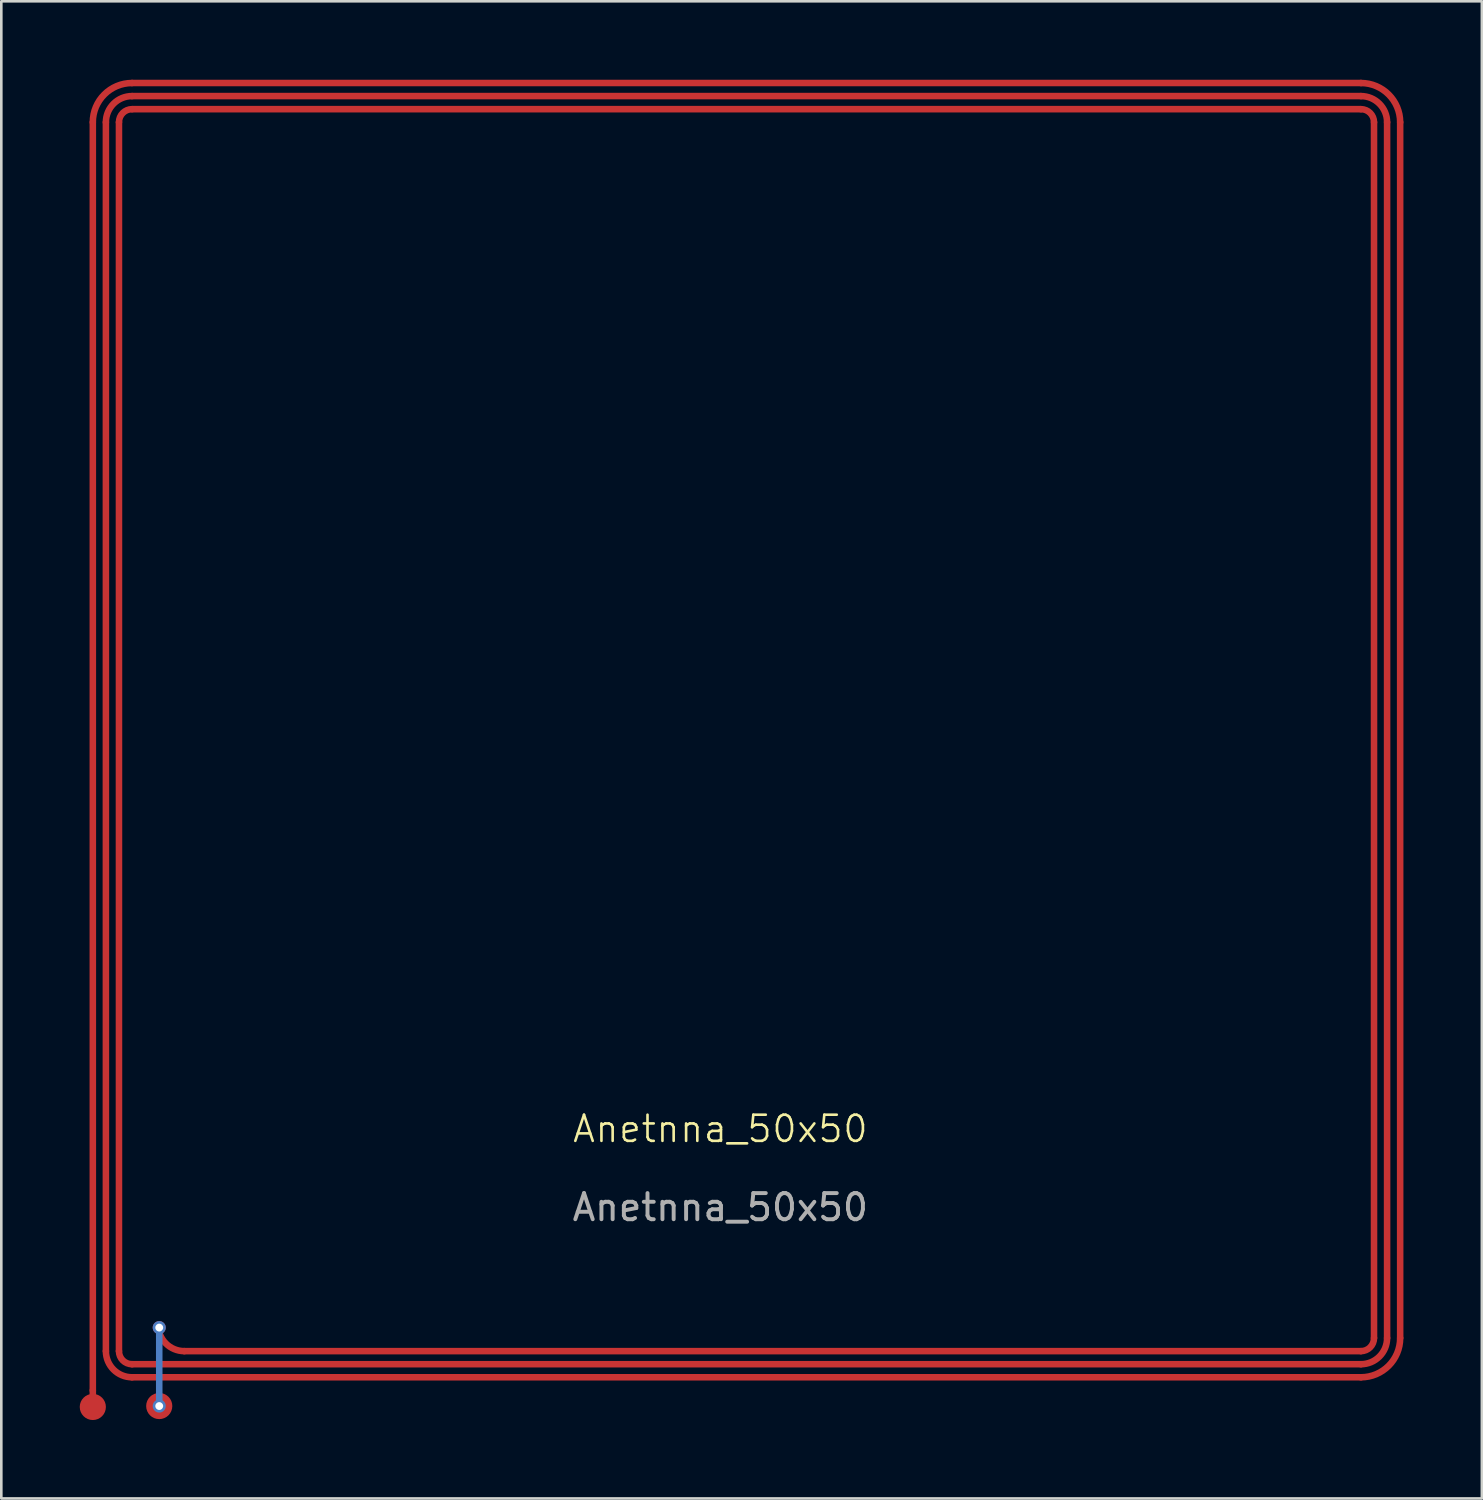
<source format=kicad_pcb>
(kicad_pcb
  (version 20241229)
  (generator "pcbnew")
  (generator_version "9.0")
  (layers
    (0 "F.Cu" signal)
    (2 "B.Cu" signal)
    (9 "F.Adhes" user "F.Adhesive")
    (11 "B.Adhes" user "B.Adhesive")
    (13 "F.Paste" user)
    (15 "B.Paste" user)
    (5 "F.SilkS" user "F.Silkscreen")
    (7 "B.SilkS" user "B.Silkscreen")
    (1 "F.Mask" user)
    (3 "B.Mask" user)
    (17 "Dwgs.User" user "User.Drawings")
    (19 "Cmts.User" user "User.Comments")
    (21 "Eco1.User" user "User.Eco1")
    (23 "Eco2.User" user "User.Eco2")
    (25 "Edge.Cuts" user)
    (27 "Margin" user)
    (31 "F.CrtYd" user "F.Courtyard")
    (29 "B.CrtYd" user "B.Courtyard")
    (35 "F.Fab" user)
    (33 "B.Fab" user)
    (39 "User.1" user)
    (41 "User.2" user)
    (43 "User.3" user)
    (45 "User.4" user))
  (footprint "Anetnna_50x50"
    (layer "F.Cu")
    (at 0.5 50.125)
    (property "Reference" "Anetnna_50x50" (at 24 -10 0) (unlocked yes) (layer "F.SilkS") (effects (font (size 1 1) (thickness 0.1))))
    (attr smd)
    (fp_line (start 0 0) (end 0 -48.5) (stroke (width 0.25) (type solid)) (layer "F.Cu"))
    (fp_line (start 0 0) (end 0 0.6) (stroke (width 0.25) (type solid)) (layer "F.Cu"))
    (fp_line (start 0.5 -1.5) (end 0.5 -48.5) (stroke (width 0.25) (type solid)) (layer "F.Cu"))
    (fp_line (start 1 -1.5) (end 1 -48.5) (stroke (width 0.25) (type solid)) (layer "F.Cu"))
    (fp_line (start 1.5 -50) (end 48.5 -50) (stroke (width 0.25) (type solid)) (layer "F.Cu"))
    (fp_line (start 1.5 -49.5) (end 48.5 -49.5) (stroke (width 0.25) (type solid)) (layer "F.Cu"))
    (fp_line (start 1.5 -49) (end 48.5 -49) (stroke (width 0.25) (type solid)) (layer "F.Cu"))
    (fp_line (start 48.5 -1.5) (end 3.5 -1.5) (stroke (width 0.25) (type solid)) (layer "F.Cu"))
    (fp_line (start 48.5 -1) (end 1.5 -1) (stroke (width 0.25) (type solid)) (layer "F.Cu"))
    (fp_line (start 48.5 -0.5) (end 1.5 -0.5) (stroke (width 0.25) (type solid)) (layer "F.Cu"))
    (fp_line (start 49 -48.5) (end 49 -2) (stroke (width 0.25) (type solid)) (layer "F.Cu"))
    (fp_line (start 49.5 -48.5) (end 49.5 -2) (stroke (width 0.25) (type solid)) (layer "F.Cu"))
    (fp_line (start 50 -48.5) (end 50 -2) (stroke (width 0.25) (type solid)) (layer "F.Cu"))
    (fp_arc (start 0 -48.5) (mid 0.43934 -49.56066) (end 1.5 -50) (stroke (width 0.25) (type solid)) (layer "F.Cu"))
    (fp_arc (start 0.5 -48.5) (mid 0.792893 -49.207107) (end 1.5 -49.5) (stroke (width 0.25) (type solid)) (layer "F.Cu"))
    (fp_arc (start 1 -48.5) (mid 1.146447 -48.853553) (end 1.5 -49) (stroke (width 0.25) (type solid)) (layer "F.Cu"))
    (fp_arc (start 1.5 -1) (mid 1.146447 -1.146447) (end 1 -1.5) (stroke (width 0.25) (type solid)) (layer "F.Cu"))
    (fp_arc (start 1.5 -0.5) (mid 0.792893 -0.792893) (end 0.5 -1.5) (stroke (width 0.25) (type solid)) (layer "F.Cu"))
    (fp_arc (start 3.5 -1.5) (mid 2.792893 -1.792893) (end 2.5 -2.5) (stroke (width 0.25) (type solid)) (layer "F.Cu"))
    (fp_arc (start 48.5 -50) (mid 49.56066 -49.56066) (end 50 -48.5) (stroke (width 0.25) (type solid)) (layer "F.Cu"))
    (fp_arc (start 48.5 -49.5) (mid 49.207107 -49.207107) (end 49.5 -48.5) (stroke (width 0.25) (type solid)) (layer "F.Cu"))
    (fp_arc (start 48.5 -49) (mid 48.853553 -48.853553) (end 49 -48.5) (stroke (width 0.25) (type solid)) (layer "F.Cu"))
    (fp_arc (start 49 -2) (mid 48.853553 -1.646447) (end 48.5 -1.5) (stroke (width 0.25) (type solid)) (layer "F.Cu"))
    (fp_arc (start 49.5 -2) (mid 49.207107 -1.292893) (end 48.5 -1) (stroke (width 0.25) (type solid)) (layer "F.Cu"))
    (fp_arc (start 50 -2) (mid 49.56066 -0.93934) (end 48.5 -0.5) (stroke (width 0.25) (type solid)) (layer "F.Cu"))
    (fp_line (start 2.54 -2.4) (end 2.54 0.6) (stroke (width 0.25) (type solid)) (layer "B.Cu"))
    (fp_text user "${REFERENCE}" (at 24 -7 0) (unlocked yes) (layer "F.Fab") (effects (font (size 1 1) (thickness 0.15))))
    (pad "1" smd circle (at 0 0.635) (size 1 1) (layers "F.Cu"))
    (pad "2" thru_hole circle (at 2.54 -2.4) (size 0.5 0.5) (drill 0.3) (layers "*.Cu" "*.Mask"))
    (pad "2" thru_hole circle (at 2.54 0.6) (size 0.5 0.5) (drill 0.3) (layers "*.Cu" "*.Mask"))
    (pad "2" smd circle (at 2.54 0.6) (size 1 1) (layers "F.Cu")))
  (gr_rect
    (start -3 -3)
    (end 53.625 54.26)
    (stroke (width 0.1) (type default))
    (fill no)
    (layer "Edge.Cuts")))
</source>
